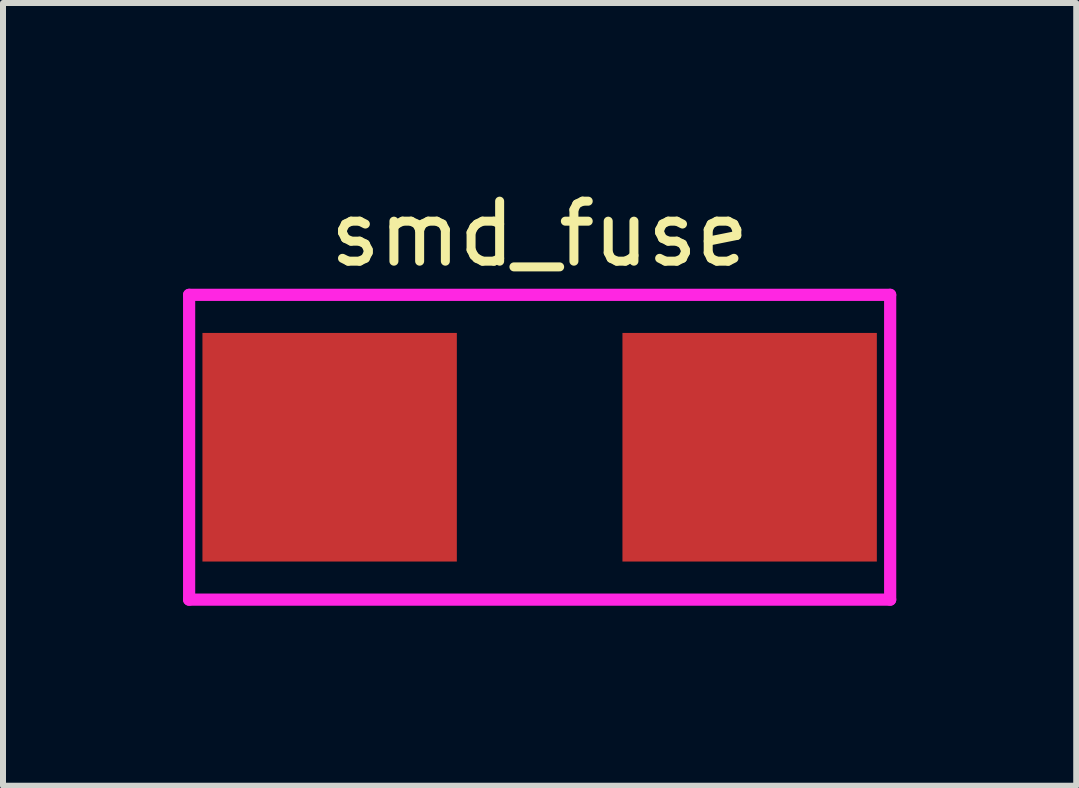
<source format=kicad_pcb>
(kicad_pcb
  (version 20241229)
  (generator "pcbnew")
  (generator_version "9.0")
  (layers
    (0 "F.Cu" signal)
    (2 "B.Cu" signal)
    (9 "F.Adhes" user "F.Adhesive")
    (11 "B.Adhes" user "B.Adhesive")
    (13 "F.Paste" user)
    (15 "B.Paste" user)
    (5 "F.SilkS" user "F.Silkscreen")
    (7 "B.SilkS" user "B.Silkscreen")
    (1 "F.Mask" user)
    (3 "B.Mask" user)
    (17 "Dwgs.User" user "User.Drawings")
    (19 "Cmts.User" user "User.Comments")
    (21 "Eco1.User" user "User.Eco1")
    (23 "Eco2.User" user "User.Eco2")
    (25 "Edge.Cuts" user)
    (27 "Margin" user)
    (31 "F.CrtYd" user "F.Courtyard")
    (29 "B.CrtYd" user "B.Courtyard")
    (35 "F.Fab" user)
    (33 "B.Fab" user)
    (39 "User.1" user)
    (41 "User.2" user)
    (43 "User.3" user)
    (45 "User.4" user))
  (footprint "smd_fuse"
    (layer "F.Cu")
    (at 5.944 4.404)
    (property "Reference" "smd_fuse" (at 0 -3.556 180) (layer "F.SilkS") (effects (font (size 1 1) (thickness 0.15))))
    (attr through_hole)
    (fp_line (start -5.842 -2.54) (end -5.842 2.54) (stroke (width 0.203) (type solid)) (layer "F.CrtYd"))
    (fp_line (start -5.842 -2.54) (end 5.842 -2.54) (stroke (width 0.203) (type solid)) (layer "F.CrtYd"))
    (fp_line (start -5.842 2.54) (end 5.842 2.54) (stroke (width 0.203) (type solid)) (layer "F.CrtYd"))
    (fp_line (start 5.842 -2.54) (end 5.842 2.54) (stroke (width 0.203) (type solid)) (layer "F.CrtYd"))
    (pad "1" smd rect (at -3.5 0) (size 4.24 3.81) (layers "F.Cu" "F.Mask" "F.Paste"))
    (pad "2" smd rect (at 3.5 0) (size 4.24 3.81) (layers "F.Cu" "F.Mask" "F.Paste")))
  (gr_rect
    (start -3 -3)
    (end 14.887 10.046)
    (stroke (width 0.1) (type default))
    (fill no)
    (layer "Edge.Cuts")))
</source>
